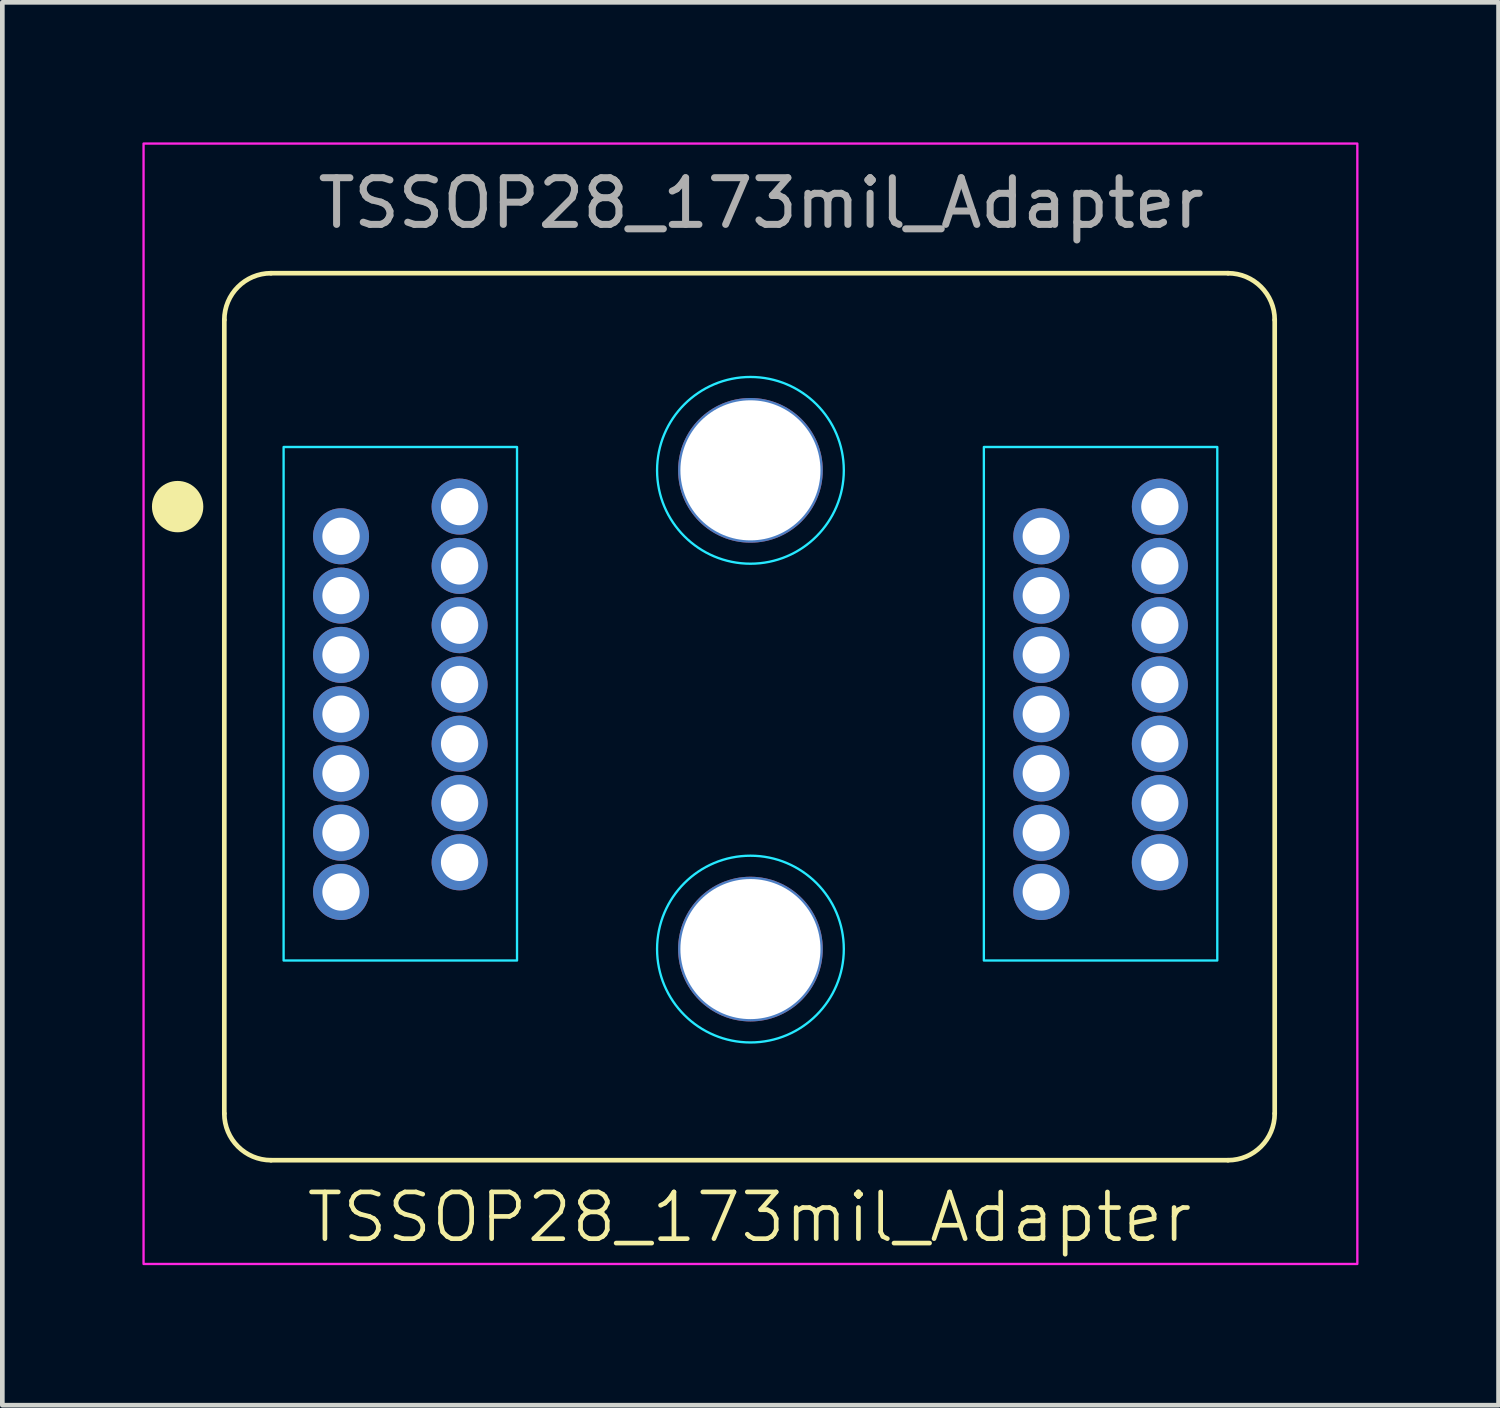
<source format=kicad_pcb>
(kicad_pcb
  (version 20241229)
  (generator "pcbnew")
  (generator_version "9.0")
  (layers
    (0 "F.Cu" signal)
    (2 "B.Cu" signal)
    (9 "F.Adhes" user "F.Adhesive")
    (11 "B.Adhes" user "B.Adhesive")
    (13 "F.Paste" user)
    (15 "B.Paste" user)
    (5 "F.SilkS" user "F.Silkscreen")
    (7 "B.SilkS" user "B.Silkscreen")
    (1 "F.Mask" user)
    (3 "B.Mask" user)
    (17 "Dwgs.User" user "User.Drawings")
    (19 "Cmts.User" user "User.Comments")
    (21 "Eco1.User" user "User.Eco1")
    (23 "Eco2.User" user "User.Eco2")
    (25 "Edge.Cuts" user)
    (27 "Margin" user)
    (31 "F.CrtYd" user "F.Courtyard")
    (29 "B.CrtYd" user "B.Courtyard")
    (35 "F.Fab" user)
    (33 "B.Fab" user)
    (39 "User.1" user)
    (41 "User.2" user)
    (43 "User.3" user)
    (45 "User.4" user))
  (footprint "TSSOP28_173mil_Adapter"
    (layer "F.Cu")
    (at 13.025 11.525)
    (property "Reference" "TSSOP28_173mil_Adapter" (at -0.02 11.5 0) (unlocked yes) (layer "F.SilkS") (effects (font (size 1 1) (thickness 0.1))))
    (attr through_hole)
    (fp_line (start -11.27 -7.723) (end -11.27 9.277) (stroke (width 0.1) (type default)) (layer "F.SilkS"))
    (fp_line (start -10.27 10.277) (end 10.23 10.277) (stroke (width 0.1) (type default)) (layer "F.SilkS"))
    (fp_line (start 10.23 -8.723) (end -10.27 -8.723) (stroke (width 0.1) (type default)) (layer "F.SilkS"))
    (fp_line (start 11.23 9.277) (end 11.23 -7.723) (stroke (width 0.1) (type default)) (layer "F.SilkS"))
    (fp_arc (start -11.27 -7.722501) (mid -10.977106 -8.429607) (end -10.27 -8.7225) (stroke (width 0.1) (type default)) (layer "F.SilkS"))
    (fp_arc (start -10.27 10.2775) (mid -10.977107 9.984607) (end -11.27 9.2775) (stroke (width 0.1) (type default)) (layer "F.SilkS"))
    (fp_arc (start 10.23 -8.7225) (mid 10.937107 -8.429607) (end 11.23 -7.7225) (stroke (width 0.1) (type default)) (layer "F.SilkS"))
    (fp_arc (start 11.23 9.2775) (mid 10.937107 9.984607) (end 10.23 10.2775) (stroke (width 0.1) (type default)) (layer "F.SilkS"))
    (fp_circle (center -12.27 -3.723) (end -12.77 -3.723) (stroke (width 0.1) (type solid)) (fill yes) (layer "F.SilkS"))
    (fp_rect (start -10 -5) (end -5 6) (stroke (width 0.05) (type solid)) (fill no) (layer "B.CrtYd"))
    (fp_rect (start 5 -5) (end 10 6) (stroke (width 0.05) (type solid)) (fill no) (layer "B.CrtYd"))
    (fp_circle (center 0 -4.5) (end 2 -4.5) (stroke (width 0.05) (type default)) (fill no) (layer "B.CrtYd"))
    (fp_circle (center 0 5.755) (end 2 5.755) (stroke (width 0.05) (type solid)) (fill no) (layer "B.CrtYd"))
    (fp_rect (start -13 -11.5) (end 13 12.5) (stroke (width 0.05) (type solid)) (fill no) (layer "F.CrtYd"))
    (fp_text user "${REFERENCE}" (at 0.23 -10.223 0) (unlocked yes) (layer "F.Fab") (effects (font (size 1 1) (thickness 0.15))))
    (pad "" thru_hole circle (at 0 -4.5) (size 3.1 3.1) (drill 3) (layers "*.Cu" "*.Mask"))
    (pad "" thru_hole circle (at 0 5.755) (size 3.1 3.1) (drill 3) (layers "*.Cu" "*.Mask"))
    (pad "1" thru_hole circle (at -6.23 -3.723) (size 1.2 1.2) (drill 0.8) (layers "*.Cu" "*.Mask"))
    (pad "2" thru_hole circle (at -8.77 -3.087) (size 1.2 1.2) (drill 0.8) (layers "*.Cu" "*.Mask"))
    (pad "3" thru_hole circle (at -6.23 -2.453) (size 1.2 1.2) (drill 0.8) (layers "*.Cu" "*.Mask"))
    (pad "4" thru_hole circle (at -8.77 -1.817) (size 1.2 1.2) (drill 0.8) (layers "*.Cu" "*.Mask"))
    (pad "5" thru_hole circle (at -6.23 -1.183) (size 1.2 1.2) (drill 0.8) (layers "*.Cu" "*.Mask"))
    (pad "6" thru_hole circle (at -8.77 -0.547) (size 1.2 1.2) (drill 0.8) (layers "*.Cu" "*.Mask"))
    (pad "7" thru_hole circle (at -6.23 0.087) (size 1.2 1.2) (drill 0.8) (layers "*.Cu" "*.Mask"))
    (pad "8" thru_hole circle (at -8.77 0.723) (size 1.2 1.2) (drill 0.8) (layers "*.Cu" "*.Mask"))
    (pad "9" thru_hole circle (at -6.23 1.357) (size 1.2 1.2) (drill 0.8) (layers "*.Cu" "*.Mask"))
    (pad "10" thru_hole circle (at -8.77 1.992) (size 1.2 1.2) (drill 0.8) (layers "*.Cu" "*.Mask"))
    (pad "11" thru_hole circle (at -6.23 2.627) (size 1.2 1.2) (drill 0.8) (layers "*.Cu" "*.Mask"))
    (pad "12" thru_hole circle (at -8.77 3.263) (size 1.2 1.2) (drill 0.8) (layers "*.Cu" "*.Mask"))
    (pad "13" thru_hole circle (at -6.23 3.897) (size 1.2 1.2) (drill 0.8) (layers "*.Cu" "*.Mask"))
    (pad "14" thru_hole circle (at -8.77 4.532) (size 1.2 1.2) (drill 0.8) (layers "*.Cu" "*.Mask"))
    (pad "15" thru_hole circle (at 6.23 4.532) (size 1.2 1.2) (drill 0.8) (layers "*.Cu" "*.Mask"))
    (pad "16" thru_hole circle (at 8.77 3.897) (size 1.2 1.2) (drill 0.8) (layers "*.Cu" "*.Mask"))
    (pad "17" thru_hole circle (at 6.23 3.263) (size 1.2 1.2) (drill 0.8) (layers "*.Cu" "*.Mask"))
    (pad "18" thru_hole circle (at 8.77 2.627) (size 1.2 1.2) (drill 0.8) (layers "*.Cu" "*.Mask"))
    (pad "19" thru_hole circle (at 6.23 1.992) (size 1.2 1.2) (drill 0.8) (layers "*.Cu" "*.Mask"))
    (pad "20" thru_hole circle (at 8.77 1.357) (size 1.2 1.2) (drill 0.8) (layers "*.Cu" "*.Mask"))
    (pad "21" thru_hole circle (at 6.23 0.723) (size 1.2 1.2) (drill 0.8) (layers "*.Cu" "*.Mask"))
    (pad "22" thru_hole circle (at 8.77 0.087) (size 1.2 1.2) (drill 0.8) (layers "*.Cu" "*.Mask"))
    (pad "23" thru_hole circle (at 6.23 -0.547) (size 1.2 1.2) (drill 0.8) (layers "*.Cu" "*.Mask"))
    (pad "24" thru_hole circle (at 8.77 -1.183) (size 1.2 1.2) (drill 0.8) (layers "*.Cu" "*.Mask"))
    (pad "25" thru_hole circle (at 6.23 -1.817) (size 1.2 1.2) (drill 0.8) (layers "*.Cu" "*.Mask"))
    (pad "26" thru_hole circle (at 8.77 -2.453) (size 1.2 1.2) (drill 0.8) (layers "*.Cu" "*.Mask"))
    (pad "27" thru_hole circle (at 6.23 -3.087) (size 1.2 1.2) (drill 0.8) (layers "*.Cu" "*.Mask"))
    (pad "28" thru_hole circle (at 8.77 -3.723) (size 1.2 1.2) (drill 0.8) (layers "*.Cu" "*.Mask")))
  (gr_rect
    (start -3 -3)
    (end 29.05 27.05)
    (stroke (width 0.1) (type default))
    (fill no)
    (layer "Edge.Cuts")))
</source>
